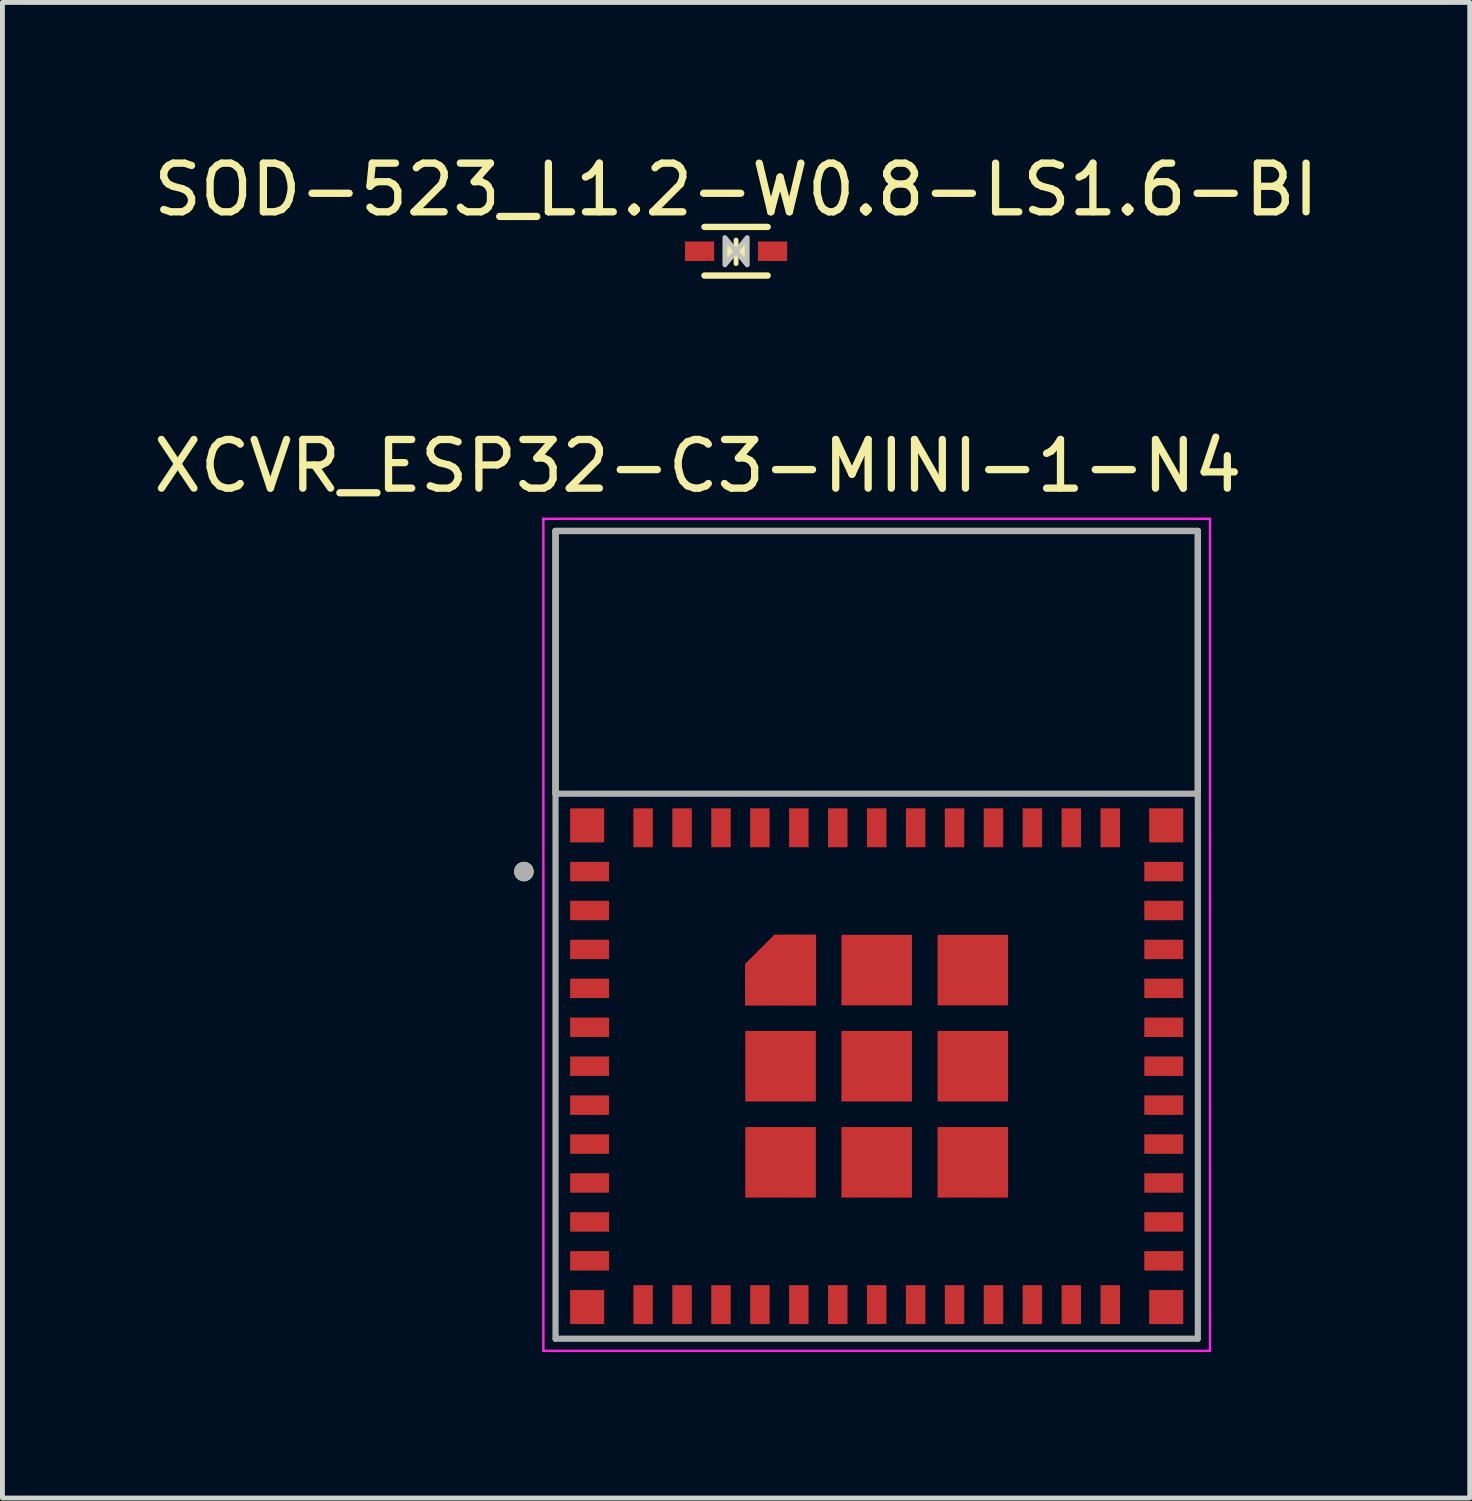
<source format=kicad_pcb>
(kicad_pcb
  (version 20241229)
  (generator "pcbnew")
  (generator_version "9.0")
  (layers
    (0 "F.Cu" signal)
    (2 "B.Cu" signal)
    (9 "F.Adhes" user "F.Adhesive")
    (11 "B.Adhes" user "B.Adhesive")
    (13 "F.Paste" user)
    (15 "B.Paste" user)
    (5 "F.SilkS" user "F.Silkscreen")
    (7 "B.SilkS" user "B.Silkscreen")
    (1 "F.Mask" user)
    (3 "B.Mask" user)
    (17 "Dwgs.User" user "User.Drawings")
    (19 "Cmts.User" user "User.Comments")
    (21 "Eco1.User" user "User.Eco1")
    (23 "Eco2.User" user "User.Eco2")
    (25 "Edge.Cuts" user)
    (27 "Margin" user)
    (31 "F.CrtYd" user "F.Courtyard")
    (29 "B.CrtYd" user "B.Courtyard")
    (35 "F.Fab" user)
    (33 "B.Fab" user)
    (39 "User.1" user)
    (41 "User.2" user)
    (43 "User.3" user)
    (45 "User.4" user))
  (footprint "SOD-523_L1.2-W0.8-LS1.6-BI"
    (layer "F.Cu")
    (at 12.077 2.113)
    (property "Reference" "SOD-523_L1.2-W0.8-LS1.6-BI" (at 0 -1.265 0) (layer "F.SilkS") (effects (font (size 1 1) (thickness 0.15))))
    (fp_line (start -0.65 -0.5) (end 0.65 -0.5) (stroke (width 0.13) (type default)) (layer "F.SilkS"))
    (fp_line (start -0.65 0.5) (end 0.65 0.5) (stroke (width 0.13) (type default)) (layer "F.SilkS"))
    (fp_line (start 0 -0.229) (end 0 0.254) (stroke (width 0.1) (type default)) (layer "F.SilkS"))
    (fp_poly (pts (xy 0 0) (xy -0.229 0.28) (xy -0.229 -0.28)) (stroke (width 0) (type default)) (fill yes) (layer "F.SilkS"))
    (fp_poly (pts (xy 0 0) (xy 0.229 -0.28) (xy 0.229 0.28)) (stroke (width 0) (type default)) (fill yes) (layer "F.SilkS"))
    (fp_poly (pts (xy -0.229 -0.28) (xy -0.229 0.28) (xy 0 0)) (stroke (width 0.1) (type default)) (fill no) (layer "Dwgs.User"))
    (fp_poly (pts (xy 0.229 -0.28) (xy 0.229 0.28) (xy 0 0)) (stroke (width 0.1) (type default)) (fill no) (layer "Dwgs.User"))
    (fp_poly (pts (xy -0.8 -0.15) (xy -0.463 -0.15) (xy -0.463 0.15) (xy -0.8 0.15)) (stroke (width 0.1) (type default)) (fill no) (layer "User.1"))
    (fp_poly (pts (xy 0.8 0.152) (xy 0.463 0.152) (xy 0.463 -0.147) (xy 0.8 -0.147)) (stroke (width 0.1) (type default)) (fill no) (layer "User.1"))
    (fp_line (start -0.6 -0.4) (end 0.6 -0.4) (stroke (width 0.051) (type default)) (layer "User.2"))
    (fp_line (start -0.6 0.4) (end -0.6 -0.4) (stroke (width 0.051) (type default)) (layer "User.2"))
    (fp_line (start 0.6 -0.4) (end 0.6 0.4) (stroke (width 0.051) (type default)) (layer "User.2"))
    (fp_line (start 0.6 0.4) (end -0.6 0.4) (stroke (width 0.051) (type default)) (layer "User.2"))
    (fp_poly (pts (xy -0.745 0.377) (xy -0.777 0.345) (xy -0.823 0.345) (xy -0.855 0.377) (xy -0.855 0.423) (xy -0.823 0.455) (xy -0.777 0.455) (xy -0.745 0.423)) (stroke (width 0.1) (type default)) (fill no) (layer "User.3"))
    (pad "1" smd rect (at -0.75 0) (size 0.6 0.4) (layers "F.Cu" "F.Mask" "F.Paste"))
    (pad "2" smd rect (at 0.75 0 180) (size 0.6 0.4) (layers "F.Cu" "F.Mask" "F.Paste")))
  (footprint "XCVR_ESP32-C3-MINI-1-N4"
    (layer "F.Cu")
    (at 14.967 16.162)
    (property "Reference" "XCVR_ESP32-C3-MINI-1-N4" (at -3.675 -9.635 0) (layer "F.SilkS") (effects (font (size 1 1) (thickness 0.15))))
    (attr smd)
    (fp_poly (pts (xy -1.15 1.55) (xy -2.8 1.55) (xy -2.8 0.56) (xy -2.14 -0.1) (xy -1.15 -0.1)) (stroke (width 0.01) (type solid)) (fill yes) (layer "F.Mask"))
    (fp_line (start -6.6 -8.3) (end 6.6 -8.3) (stroke (width 0.127) (type solid)) (layer "F.SilkS"))
    (fp_line (start -6.6 -2.92) (end -6.6 -8.3) (stroke (width 0.127) (type solid)) (layer "F.SilkS"))
    (fp_line (start 6.6 -8.3) (end 6.6 -2.92) (stroke (width 0.127) (type solid)) (layer "F.SilkS"))
    (fp_circle (center -7.25 -1.3) (end -7.15 -1.3) (stroke (width 0.2) (type solid)) (fill no) (layer "F.SilkS"))
    (fp_poly (pts (xy -1.25 1.45) (xy -2.7 1.45) (xy -2.7 0.6) (xy -2.1 0) (xy -1.25 0)) (stroke (width 0.01) (type solid)) (fill yes) (layer "F.Paste"))
    (fp_line (start -6.85 -8.55) (end -6.85 8.55) (stroke (width 0.05) (type solid)) (layer "F.CrtYd"))
    (fp_line (start -6.85 8.55) (end 6.85 8.55) (stroke (width 0.05) (type solid)) (layer "F.CrtYd"))
    (fp_line (start 6.85 -8.55) (end -6.85 -8.55) (stroke (width 0.05) (type solid)) (layer "F.CrtYd"))
    (fp_line (start 6.85 8.55) (end 6.85 -8.55) (stroke (width 0.05) (type solid)) (layer "F.CrtYd"))
    (fp_line (start -6.6 -8.3) (end 6.6 -8.3) (stroke (width 0.127) (type solid)) (layer "F.Fab"))
    (fp_line (start -6.6 -2.9) (end -6.6 -8.3) (stroke (width 0.127) (type solid)) (layer "F.Fab"))
    (fp_line (start -6.6 -2.9) (end 6.6 -2.9) (stroke (width 0.127) (type solid)) (layer "F.Fab"))
    (fp_line (start -6.6 8.3) (end -6.6 -2.9) (stroke (width 0.127) (type solid)) (layer "F.Fab"))
    (fp_line (start 6.6 -8.3) (end 6.6 -2.9) (stroke (width 0.127) (type solid)) (layer "F.Fab"))
    (fp_line (start 6.6 -2.9) (end 6.6 8.3) (stroke (width 0.127) (type solid)) (layer "F.Fab"))
    (fp_line (start 6.6 8.3) (end -6.6 8.3) (stroke (width 0.127) (type solid)) (layer "F.Fab"))
    (fp_circle (center -7.25 -1.3) (end -7.15 -1.3) (stroke (width 0.2) (type solid)) (fill no) (layer "F.Fab"))
    (pad "1" smd rect (at -5.9 -1.3) (size 0.8 0.4) (layers "F.Cu" "F.Mask" "F.Paste"))
    (pad "2" smd rect (at -5.9 -0.5) (size 0.8 0.4) (layers "F.Cu" "F.Mask" "F.Paste"))
    (pad "3" smd rect (at -5.9 0.3) (size 0.8 0.4) (layers "F.Cu" "F.Mask" "F.Paste"))
    (pad "4" smd rect (at -5.9 1.1) (size 0.8 0.4) (layers "F.Cu" "F.Mask" "F.Paste"))
    (pad "5" smd rect (at -5.9 1.9) (size 0.8 0.4) (layers "F.Cu" "F.Mask" "F.Paste"))
    (pad "6" smd rect (at -5.9 2.7) (size 0.8 0.4) (layers "F.Cu" "F.Mask" "F.Paste"))
    (pad "7" smd rect (at -5.9 3.5) (size 0.8 0.4) (layers "F.Cu" "F.Mask" "F.Paste"))
    (pad "8" smd rect (at -5.9 4.3) (size 0.8 0.4) (layers "F.Cu" "F.Mask" "F.Paste"))
    (pad "9" smd rect (at -5.9 5.1) (size 0.8 0.4) (layers "F.Cu" "F.Mask" "F.Paste"))
    (pad "10" smd rect (at -5.9 5.9) (size 0.8 0.4) (layers "F.Cu" "F.Mask" "F.Paste"))
    (pad "11" smd rect (at -5.9 6.7) (size 0.8 0.4) (layers "F.Cu" "F.Mask" "F.Paste"))
    (pad "12" smd rect (at -4.8 7.6) (size 0.4 0.8) (layers "F.Cu" "F.Mask" "F.Paste"))
    (pad "13" smd rect (at -4 7.6) (size 0.4 0.8) (layers "F.Cu" "F.Mask" "F.Paste"))
    (pad "14" smd rect (at -3.2 7.6) (size 0.4 0.8) (layers "F.Cu" "F.Mask" "F.Paste"))
    (pad "15" smd rect (at -2.4 7.6) (size 0.4 0.8) (layers "F.Cu" "F.Mask" "F.Paste"))
    (pad "16" smd rect (at -1.6 7.6) (size 0.4 0.8) (layers "F.Cu" "F.Mask" "F.Paste"))
    (pad "17" smd rect (at -0.8 7.6) (size 0.4 0.8) (layers "F.Cu" "F.Mask" "F.Paste"))
    (pad "18" smd rect (at 0 7.6) (size 0.4 0.8) (layers "F.Cu" "F.Mask" "F.Paste"))
    (pad "19" smd rect (at 0.8 7.6) (size 0.4 0.8) (layers "F.Cu" "F.Mask" "F.Paste"))
    (pad "20" smd rect (at 1.6 7.6) (size 0.4 0.8) (layers "F.Cu" "F.Mask" "F.Paste"))
    (pad "21" smd rect (at 2.4 7.6) (size 0.4 0.8) (layers "F.Cu" "F.Mask" "F.Paste"))
    (pad "22" smd rect (at 3.2 7.6) (size 0.4 0.8) (layers "F.Cu" "F.Mask" "F.Paste"))
    (pad "23" smd rect (at 4 7.6) (size 0.4 0.8) (layers "F.Cu" "F.Mask" "F.Paste"))
    (pad "24" smd rect (at 4.8 7.6) (size 0.4 0.8) (layers "F.Cu" "F.Mask" "F.Paste"))
    (pad "25" smd rect (at 5.9 6.7) (size 0.8 0.4) (layers "F.Cu" "F.Mask" "F.Paste"))
    (pad "26" smd rect (at 5.9 5.9) (size 0.8 0.4) (layers "F.Cu" "F.Mask" "F.Paste"))
    (pad "27" smd rect (at 5.9 5.1) (size 0.8 0.4) (layers "F.Cu" "F.Mask" "F.Paste"))
    (pad "28" smd rect (at 5.9 4.3) (size 0.8 0.4) (layers "F.Cu" "F.Mask" "F.Paste"))
    (pad "29" smd rect (at 5.9 3.5) (size 0.8 0.4) (layers "F.Cu" "F.Mask" "F.Paste"))
    (pad "30" smd rect (at 5.9 2.7) (size 0.8 0.4) (layers "F.Cu" "F.Mask" "F.Paste"))
    (pad "31" smd rect (at 5.9 1.9) (size 0.8 0.4) (layers "F.Cu" "F.Mask" "F.Paste"))
    (pad "32" smd rect (at 5.9 1.1) (size 0.8 0.4) (layers "F.Cu" "F.Mask" "F.Paste"))
    (pad "33" smd rect (at 5.9 0.3) (size 0.8 0.4) (layers "F.Cu" "F.Mask" "F.Paste"))
    (pad "34" smd rect (at 5.9 -0.5) (size 0.8 0.4) (layers "F.Cu" "F.Mask" "F.Paste"))
    (pad "35" smd rect (at 5.9 -1.3) (size 0.8 0.4) (layers "F.Cu" "F.Mask" "F.Paste"))
    (pad "36" smd rect (at 4.8 -2.2) (size 0.4 0.8) (layers "F.Cu" "F.Mask" "F.Paste"))
    (pad "37" smd rect (at 4 -2.2) (size 0.4 0.8) (layers "F.Cu" "F.Mask" "F.Paste"))
    (pad "38" smd rect (at 3.2 -2.2) (size 0.4 0.8) (layers "F.Cu" "F.Mask" "F.Paste"))
    (pad "39" smd rect (at 2.4 -2.2) (size 0.4 0.8) (layers "F.Cu" "F.Mask" "F.Paste"))
    (pad "40" smd rect (at 1.6 -2.2) (size 0.4 0.8) (layers "F.Cu" "F.Mask" "F.Paste"))
    (pad "41" smd rect (at 0.8 -2.2) (size 0.4 0.8) (layers "F.Cu" "F.Mask" "F.Paste"))
    (pad "42" smd rect (at 0 -2.2) (size 0.4 0.8) (layers "F.Cu" "F.Mask" "F.Paste"))
    (pad "43" smd rect (at -0.8 -2.2) (size 0.4 0.8) (layers "F.Cu" "F.Mask" "F.Paste"))
    (pad "44" smd rect (at -1.6 -2.2) (size 0.4 0.8) (layers "F.Cu" "F.Mask" "F.Paste"))
    (pad "45" smd rect (at -2.4 -2.2) (size 0.4 0.8) (layers "F.Cu" "F.Mask" "F.Paste"))
    (pad "46" smd rect (at -3.2 -2.2) (size 0.4 0.8) (layers "F.Cu" "F.Mask" "F.Paste"))
    (pad "47" smd rect (at -4 -2.2) (size 0.4 0.8) (layers "F.Cu" "F.Mask" "F.Paste"))
    (pad "48" smd rect (at -4.8 -2.2) (size 0.4 0.8) (layers "F.Cu" "F.Mask" "F.Paste"))
    (pad "49_1" smd custom (at -1.975 0.725) (size 0.6 0.6) (layers "F.Cu") (options (anchor rect)) (primitives (gr_poly (pts (xy 0.725 0.725) (xy -0.725 0.725) (xy -0.725 -0.125) (xy -0.125 -0.725) (xy 0.725 -0.725)) (width 0.01) (fill yes))))
    (pad "49_2" smd rect (at 0 0.725) (size 1.45 1.45) (layers "F.Cu" "F.Mask" "F.Paste"))
    (pad "49_3" smd rect (at 1.975 0.725) (size 1.45 1.45) (layers "F.Cu" "F.Mask" "F.Paste"))
    (pad "49_4" smd rect (at 1.975 2.7) (size 1.45 1.45) (layers "F.Cu" "F.Mask" "F.Paste"))
    (pad "49_5" smd rect (at 1.975 4.675) (size 1.45 1.45) (layers "F.Cu" "F.Mask" "F.Paste"))
    (pad "49_6" smd rect (at 0 4.675) (size 1.45 1.45) (layers "F.Cu" "F.Mask" "F.Paste"))
    (pad "49_7" smd rect (at -1.975 4.675) (size 1.45 1.45) (layers "F.Cu" "F.Mask" "F.Paste"))
    (pad "49_8" smd rect (at -1.975 2.7) (size 1.45 1.45) (layers "F.Cu" "F.Mask" "F.Paste"))
    (pad "49_9" smd rect (at 0 2.7) (size 1.45 1.45) (layers "F.Cu" "F.Mask" "F.Paste"))
    (pad "50" smd rect (at 5.95 -2.25) (size 0.7 0.7) (layers "F.Cu" "F.Mask" "F.Paste"))
    (pad "51" smd rect (at 5.95 7.65) (size 0.7 0.7) (layers "F.Cu" "F.Mask" "F.Paste"))
    (pad "52" smd rect (at -5.95 7.65) (size 0.7 0.7) (layers "F.Cu" "F.Mask" "F.Paste"))
    (pad "53" smd rect (at -5.95 -2.25) (size 0.7 0.7) (layers "F.Cu" "F.Mask" "F.Paste"))
    (zone (net_name "") (layer "F.Cu") (hatch full 0.508) (connect_pads) (min_thickness 0.01) (filled_areas_thickness no) (keepout (tracks not_allowed) (vias not_allowed) (pads not_allowed) (copperpour not_allowed) (footprints allowed)) (placement (enabled no)) (fill) (polygon (pts (xy 8.367 7.862) (xy 21.567 7.862) (xy 21.567 13.261) (xy 8.367 13.261))))
    (zone (net_name "") (layers "F.Cu" "B.Cu") (hatch full 0.508) (connect_pads) (min_thickness 0.01) (filled_areas_thickness no) (keepout (tracks allowed) (vias not_allowed) (pads allowed) (copperpour allowed) (footprints allowed)) (placement (enabled no)) (fill) (polygon (pts (xy 8.367 7.862) (xy 21.567 7.862) (xy 21.567 13.261) (xy 8.367 13.261))))
    (zone (net_name "") (layer "B.Cu") (hatch full 0.508) (connect_pads) (min_thickness 0.01) (filled_areas_thickness no) (keepout (tracks not_allowed) (vias not_allowed) (pads not_allowed) (copperpour not_allowed) (footprints allowed)) (placement (enabled no)) (fill) (polygon (pts (xy 8.367 7.862) (xy 21.567 7.862) (xy 21.567 13.261) (xy 8.367 13.261)))))
  (gr_rect
    (start -3 -3)
    (end 27.155 27.736)
    (stroke (width 0.1) (type default))
    (fill no)
    (layer "Edge.Cuts")))
</source>
